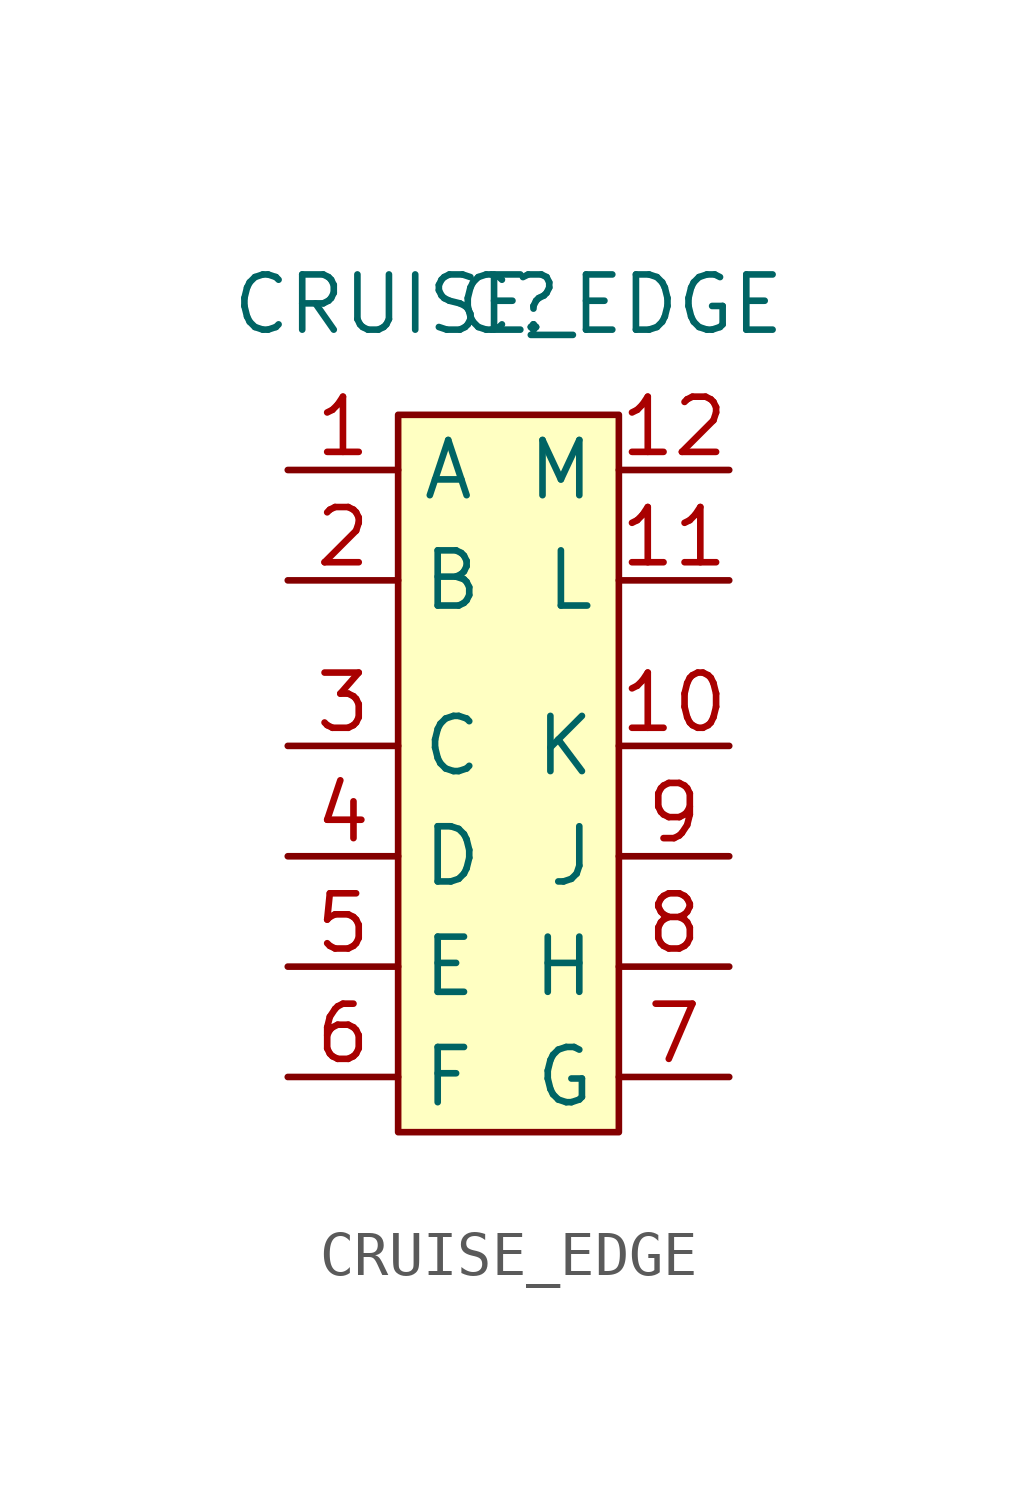
<source format=kicad_sym>
(kicad_symbol_lib
  (version 20211014)
  (generator kicad_symbol_editor)
  (symbol "CRUISE_EDGE"
    (property "Reference" "C"
      (at 0 0 0)
      (effects (font (size 1.27 1.27))))
    (property "Value" "CRUISE_EDGE"
      (at 0 0 0)
      (effects (font (size 1.27 1.27))))
    (symbol "CRUISE_EDGE_0_1"
      (rectangle (start -2.54 -2.54) (end 2.54 -19.05) (stroke (width 0) (type default) (color 0 0 0 0)) (fill (type background))))
    (symbol "CRUISE_EDGE_1_1"
      (pin input line (at -5.08 -3.81 0) (length 2.54) (name "A" (effects (font (size 1.27 1.27)))) (number "1" (effects (font (size 1.27 1.27)))))
      (pin input line (at 5.08 -10.16 180) (length 2.54) (name "K" (effects (font (size 1.27 1.27)))) (number "10" (effects (font (size 1.27 1.27)))))
      (pin input line (at 5.08 -6.35 180) (length 2.54) (name "L" (effects (font (size 1.27 1.27)))) (number "11" (effects (font (size 1.27 1.27)))))
      (pin input line (at 5.08 -3.81 180) (length 2.54) (name "M" (effects (font (size 1.27 1.27)))) (number "12" (effects (font (size 1.27 1.27)))))
      (pin input line (at -5.08 -6.35 0) (length 2.54) (name "B" (effects (font (size 1.27 1.27)))) (number "2" (effects (font (size 1.27 1.27)))))
      (pin input line (at -5.08 -10.16 0) (length 2.54) (name "C" (effects (font (size 1.27 1.27)))) (number "3" (effects (font (size 1.27 1.27)))))
      (pin input line (at -5.08 -12.7 0) (length 2.54) (name "D" (effects (font (size 1.27 1.27)))) (number "4" (effects (font (size 1.27 1.27)))))
      (pin input line (at -5.08 -15.24 0) (length 2.54) (name "E" (effects (font (size 1.27 1.27)))) (number "5" (effects (font (size 1.27 1.27)))))
      (pin input line (at -5.08 -17.78 0) (length 2.54) (name "F" (effects (font (size 1.27 1.27)))) (number "6" (effects (font (size 1.27 1.27)))))
      (pin input line (at 5.08 -17.78 180) (length 2.54) (name "G" (effects (font (size 1.27 1.27)))) (number "7" (effects (font (size 1.27 1.27)))))
      (pin input line (at 5.08 -15.24 180) (length 2.54) (name "H" (effects (font (size 1.27 1.27)))) (number "8" (effects (font (size 1.27 1.27)))))
      (pin input line (at 5.08 -12.7 180) (length 2.54) (name "J" (effects (font (size 1.27 1.27)))) (number "9" (effects (font (size 1.27 1.27))))))))
</source>
